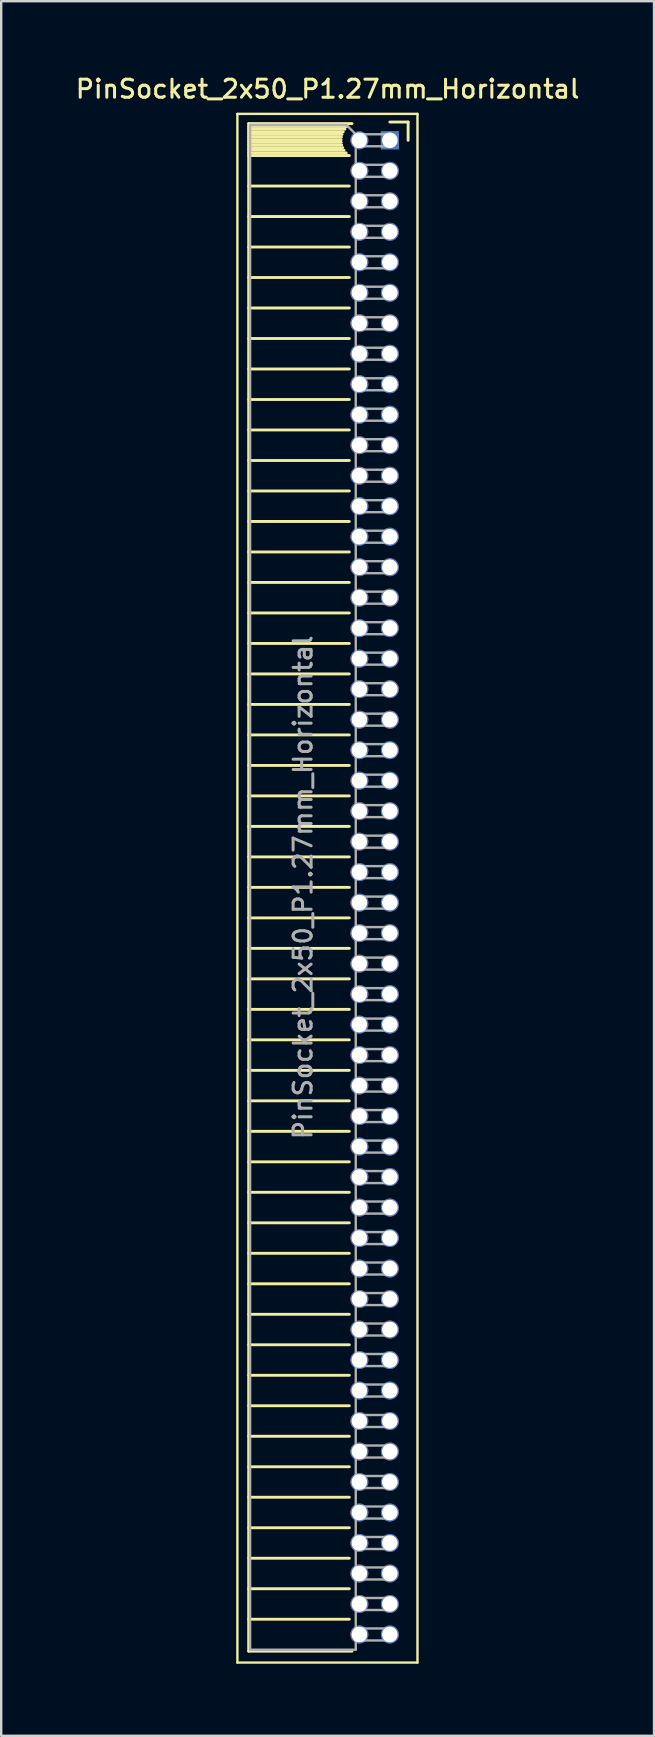
<source format=kicad_pcb>
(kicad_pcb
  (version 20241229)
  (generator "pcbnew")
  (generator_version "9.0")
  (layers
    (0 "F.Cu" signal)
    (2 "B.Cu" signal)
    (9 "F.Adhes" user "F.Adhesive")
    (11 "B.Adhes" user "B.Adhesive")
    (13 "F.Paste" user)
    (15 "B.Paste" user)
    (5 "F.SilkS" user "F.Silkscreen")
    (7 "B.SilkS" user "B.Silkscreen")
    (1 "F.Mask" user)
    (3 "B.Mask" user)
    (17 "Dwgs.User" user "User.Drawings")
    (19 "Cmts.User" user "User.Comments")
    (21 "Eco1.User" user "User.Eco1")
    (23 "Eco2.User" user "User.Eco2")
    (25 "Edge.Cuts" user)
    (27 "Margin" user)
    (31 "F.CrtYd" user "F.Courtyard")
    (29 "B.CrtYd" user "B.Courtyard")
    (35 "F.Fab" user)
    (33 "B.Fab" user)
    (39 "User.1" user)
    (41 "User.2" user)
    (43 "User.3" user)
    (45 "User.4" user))
  (footprint "PinSocket_2x50_P1.27mm_Horizontal"
    (layer "F.Cu")
    (at 13.187 2.793)
    (property "Reference" "PinSocket_2x50_P1.27mm_Horizontal" (at -2.592 -2.135 0) (layer "F.SilkS") (effects (font (size 0.75 0.75) (thickness 0.125))))
    (attr through_hole)
    (fp_line (start -6.35 -1.1) (end -6.35 63.4) (stroke (width 0.1) (type solid)) (layer "F.SilkS"))
    (fp_line (start -6.35 63.4) (end 1.15 63.4) (stroke (width 0.1) (type solid)) (layer "F.SilkS"))
    (fp_line (start -5.88 -0.695) (end -5.88 62.925) (stroke (width 0.12) (type solid)) (layer "F.SilkS"))
    (fp_line (start -5.88 -0.695) (end -1.578 -0.695) (stroke (width 0.12) (type solid)) (layer "F.SilkS"))
    (fp_line (start -5.88 -0.575) (end -1.767 -0.575) (stroke (width 0.12) (type solid)) (layer "F.SilkS"))
    (fp_line (start -5.88 -0.465) (end -1.871 -0.465) (stroke (width 0.12) (type solid)) (layer "F.SilkS"))
    (fp_line (start -5.88 -0.355) (end -1.942 -0.355) (stroke (width 0.12) (type solid)) (layer "F.SilkS"))
    (fp_line (start -5.88 -0.245) (end -1.989 -0.245) (stroke (width 0.12) (type solid)) (layer "F.SilkS"))
    (fp_line (start -5.88 -0.135) (end -2.018 -0.135) (stroke (width 0.12) (type solid)) (layer "F.SilkS"))
    (fp_line (start -5.88 -0.025) (end -2.03 -0.025) (stroke (width 0.12) (type solid)) (layer "F.SilkS"))
    (fp_line (start -5.88 0.085) (end -2.025 0.085) (stroke (width 0.12) (type solid)) (layer "F.SilkS"))
    (fp_line (start -5.88 0.195) (end -2.005 0.195) (stroke (width 0.12) (type solid)) (layer "F.SilkS"))
    (fp_line (start -5.88 0.305) (end -1.966 0.305) (stroke (width 0.12) (type solid)) (layer "F.SilkS"))
    (fp_line (start -5.88 0.415) (end -1.907 0.415) (stroke (width 0.12) (type solid)) (layer "F.SilkS"))
    (fp_line (start -5.88 0.525) (end -1.82 0.525) (stroke (width 0.12) (type solid)) (layer "F.SilkS"))
    (fp_line (start -5.88 0.635) (end -1.688 0.635) (stroke (width 0.12) (type solid)) (layer "F.SilkS"))
    (fp_line (start -5.88 1.905) (end -1.688 1.905) (stroke (width 0.12) (type solid)) (layer "F.SilkS"))
    (fp_line (start -5.88 3.175) (end -1.688 3.175) (stroke (width 0.12) (type solid)) (layer "F.SilkS"))
    (fp_line (start -5.88 4.445) (end -1.688 4.445) (stroke (width 0.12) (type solid)) (layer "F.SilkS"))
    (fp_line (start -5.88 5.715) (end -1.688 5.715) (stroke (width 0.12) (type solid)) (layer "F.SilkS"))
    (fp_line (start -5.88 6.985) (end -1.688 6.985) (stroke (width 0.12) (type solid)) (layer "F.SilkS"))
    (fp_line (start -5.88 8.255) (end -1.688 8.255) (stroke (width 0.12) (type solid)) (layer "F.SilkS"))
    (fp_line (start -5.88 9.525) (end -1.688 9.525) (stroke (width 0.12) (type solid)) (layer "F.SilkS"))
    (fp_line (start -5.88 10.795) (end -1.688 10.795) (stroke (width 0.12) (type solid)) (layer "F.SilkS"))
    (fp_line (start -5.88 12.065) (end -1.688 12.065) (stroke (width 0.12) (type solid)) (layer "F.SilkS"))
    (fp_line (start -5.88 13.335) (end -1.688 13.335) (stroke (width 0.12) (type solid)) (layer "F.SilkS"))
    (fp_line (start -5.88 14.605) (end -1.688 14.605) (stroke (width 0.12) (type solid)) (layer "F.SilkS"))
    (fp_line (start -5.88 15.875) (end -1.688 15.875) (stroke (width 0.12) (type solid)) (layer "F.SilkS"))
    (fp_line (start -5.88 17.145) (end -1.688 17.145) (stroke (width 0.12) (type solid)) (layer "F.SilkS"))
    (fp_line (start -5.88 18.415) (end -1.688 18.415) (stroke (width 0.12) (type solid)) (layer "F.SilkS"))
    (fp_line (start -5.88 19.685) (end -1.688 19.685) (stroke (width 0.12) (type solid)) (layer "F.SilkS"))
    (fp_line (start -5.88 20.955) (end -1.688 20.955) (stroke (width 0.12) (type solid)) (layer "F.SilkS"))
    (fp_line (start -5.88 22.225) (end -1.688 22.225) (stroke (width 0.12) (type solid)) (layer "F.SilkS"))
    (fp_line (start -5.88 23.495) (end -1.688 23.495) (stroke (width 0.12) (type solid)) (layer "F.SilkS"))
    (fp_line (start -5.88 24.765) (end -1.688 24.765) (stroke (width 0.12) (type solid)) (layer "F.SilkS"))
    (fp_line (start -5.88 26.035) (end -1.688 26.035) (stroke (width 0.12) (type solid)) (layer "F.SilkS"))
    (fp_line (start -5.88 27.305) (end -1.688 27.305) (stroke (width 0.12) (type solid)) (layer "F.SilkS"))
    (fp_line (start -5.88 28.575) (end -1.688 28.575) (stroke (width 0.12) (type solid)) (layer "F.SilkS"))
    (fp_line (start -5.88 29.845) (end -1.688 29.845) (stroke (width 0.12) (type solid)) (layer "F.SilkS"))
    (fp_line (start -5.88 31.115) (end -1.688 31.115) (stroke (width 0.12) (type solid)) (layer "F.SilkS"))
    (fp_line (start -5.88 32.385) (end -1.688 32.385) (stroke (width 0.12) (type solid)) (layer "F.SilkS"))
    (fp_line (start -5.88 33.655) (end -1.688 33.655) (stroke (width 0.12) (type solid)) (layer "F.SilkS"))
    (fp_line (start -5.88 34.925) (end -1.688 34.925) (stroke (width 0.12) (type solid)) (layer "F.SilkS"))
    (fp_line (start -5.88 36.195) (end -1.688 36.195) (stroke (width 0.12) (type solid)) (layer "F.SilkS"))
    (fp_line (start -5.88 37.465) (end -1.688 37.465) (stroke (width 0.12) (type solid)) (layer "F.SilkS"))
    (fp_line (start -5.88 38.735) (end -1.688 38.735) (stroke (width 0.12) (type solid)) (layer "F.SilkS"))
    (fp_line (start -5.88 40.005) (end -1.688 40.005) (stroke (width 0.12) (type solid)) (layer "F.SilkS"))
    (fp_line (start -5.88 41.275) (end -1.688 41.275) (stroke (width 0.12) (type solid)) (layer "F.SilkS"))
    (fp_line (start -5.88 42.545) (end -1.688 42.545) (stroke (width 0.12) (type solid)) (layer "F.SilkS"))
    (fp_line (start -5.88 43.815) (end -1.688 43.815) (stroke (width 0.12) (type solid)) (layer "F.SilkS"))
    (fp_line (start -5.88 45.085) (end -1.688 45.085) (stroke (width 0.12) (type solid)) (layer "F.SilkS"))
    (fp_line (start -5.88 46.355) (end -1.688 46.355) (stroke (width 0.12) (type solid)) (layer "F.SilkS"))
    (fp_line (start -5.88 47.625) (end -1.688 47.625) (stroke (width 0.12) (type solid)) (layer "F.SilkS"))
    (fp_line (start -5.88 48.895) (end -1.688 48.895) (stroke (width 0.12) (type solid)) (layer "F.SilkS"))
    (fp_line (start -5.88 50.165) (end -1.688 50.165) (stroke (width 0.12) (type solid)) (layer "F.SilkS"))
    (fp_line (start -5.88 51.435) (end -1.688 51.435) (stroke (width 0.12) (type solid)) (layer "F.SilkS"))
    (fp_line (start -5.88 52.705) (end -1.688 52.705) (stroke (width 0.12) (type solid)) (layer "F.SilkS"))
    (fp_line (start -5.88 53.975) (end -1.688 53.975) (stroke (width 0.12) (type solid)) (layer "F.SilkS"))
    (fp_line (start -5.88 55.245) (end -1.688 55.245) (stroke (width 0.12) (type solid)) (layer "F.SilkS"))
    (fp_line (start -5.88 56.515) (end -1.688 56.515) (stroke (width 0.12) (type solid)) (layer "F.SilkS"))
    (fp_line (start -5.88 57.785) (end -1.688 57.785) (stroke (width 0.12) (type solid)) (layer "F.SilkS"))
    (fp_line (start -5.88 59.055) (end -1.688 59.055) (stroke (width 0.12) (type solid)) (layer "F.SilkS"))
    (fp_line (start -5.88 60.325) (end -1.688 60.325) (stroke (width 0.12) (type solid)) (layer "F.SilkS"))
    (fp_line (start -5.88 61.595) (end -1.688 61.595) (stroke (width 0.12) (type solid)) (layer "F.SilkS"))
    (fp_line (start -5.88 62.925) (end -1.578 62.925) (stroke (width 0.12) (type solid)) (layer "F.SilkS"))
    (fp_line (start 0 -0.76) (end 0.76 -0.76) (stroke (width 0.12) (type solid)) (layer "F.SilkS"))
    (fp_line (start 0.76 -0.76) (end 0.76 0) (stroke (width 0.12) (type solid)) (layer "F.SilkS"))
    (fp_line (start 1.15 -1.1) (end -6.35 -1.1) (stroke (width 0.1) (type solid)) (layer "F.SilkS"))
    (fp_line (start 1.15 63.4) (end 1.15 -1.1) (stroke (width 0.1) (type solid)) (layer "F.SilkS"))
    (fp_line (start -5.82 -0.635) (end -1.805 -0.635) (stroke (width 0.1) (type solid)) (layer "F.Fab"))
    (fp_line (start -5.82 62.865) (end -5.82 -0.635) (stroke (width 0.1) (type solid)) (layer "F.Fab"))
    (fp_line (start -1.805 -0.635) (end -1.42 -0.25) (stroke (width 0.1) (type solid)) (layer "F.Fab"))
    (fp_line (start -1.42 -0.25) (end -1.42 62.865) (stroke (width 0.1) (type solid)) (layer "F.Fab"))
    (fp_line (start -1.42 0.25) (end 0 0.25) (stroke (width 0.1) (type solid)) (layer "F.Fab"))
    (fp_line (start -1.42 1.52) (end 0 1.52) (stroke (width 0.1) (type solid)) (layer "F.Fab"))
    (fp_line (start -1.42 2.79) (end 0 2.79) (stroke (width 0.1) (type solid)) (layer "F.Fab"))
    (fp_line (start -1.42 4.06) (end 0 4.06) (stroke (width 0.1) (type solid)) (layer "F.Fab"))
    (fp_line (start -1.42 5.33) (end 0 5.33) (stroke (width 0.1) (type solid)) (layer "F.Fab"))
    (fp_line (start -1.42 6.6) (end 0 6.6) (stroke (width 0.1) (type solid)) (layer "F.Fab"))
    (fp_line (start -1.42 7.87) (end 0 7.87) (stroke (width 0.1) (type solid)) (layer "F.Fab"))
    (fp_line (start -1.42 9.14) (end 0 9.14) (stroke (width 0.1) (type solid)) (layer "F.Fab"))
    (fp_line (start -1.42 10.41) (end 0 10.41) (stroke (width 0.1) (type solid)) (layer "F.Fab"))
    (fp_line (start -1.42 11.68) (end 0 11.68) (stroke (width 0.1) (type solid)) (layer "F.Fab"))
    (fp_line (start -1.42 12.95) (end 0 12.95) (stroke (width 0.1) (type solid)) (layer "F.Fab"))
    (fp_line (start -1.42 14.22) (end 0 14.22) (stroke (width 0.1) (type solid)) (layer "F.Fab"))
    (fp_line (start -1.42 15.49) (end 0 15.49) (stroke (width 0.1) (type solid)) (layer "F.Fab"))
    (fp_line (start -1.42 16.76) (end 0 16.76) (stroke (width 0.1) (type solid)) (layer "F.Fab"))
    (fp_line (start -1.42 18.03) (end 0 18.03) (stroke (width 0.1) (type solid)) (layer "F.Fab"))
    (fp_line (start -1.42 19.3) (end 0 19.3) (stroke (width 0.1) (type solid)) (layer "F.Fab"))
    (fp_line (start -1.42 20.57) (end 0 20.57) (stroke (width 0.1) (type solid)) (layer "F.Fab"))
    (fp_line (start -1.42 21.84) (end 0 21.84) (stroke (width 0.1) (type solid)) (layer "F.Fab"))
    (fp_line (start -1.42 23.11) (end 0 23.11) (stroke (width 0.1) (type solid)) (layer "F.Fab"))
    (fp_line (start -1.42 24.38) (end 0 24.38) (stroke (width 0.1) (type solid)) (layer "F.Fab"))
    (fp_line (start -1.42 25.65) (end 0 25.65) (stroke (width 0.1) (type solid)) (layer "F.Fab"))
    (fp_line (start -1.42 26.92) (end 0 26.92) (stroke (width 0.1) (type solid)) (layer "F.Fab"))
    (fp_line (start -1.42 28.19) (end 0 28.19) (stroke (width 0.1) (type solid)) (layer "F.Fab"))
    (fp_line (start -1.42 29.46) (end 0 29.46) (stroke (width 0.1) (type solid)) (layer "F.Fab"))
    (fp_line (start -1.42 30.73) (end 0 30.73) (stroke (width 0.1) (type solid)) (layer "F.Fab"))
    (fp_line (start -1.42 32) (end 0 32) (stroke (width 0.1) (type solid)) (layer "F.Fab"))
    (fp_line (start -1.42 33.27) (end 0 33.27) (stroke (width 0.1) (type solid)) (layer "F.Fab"))
    (fp_line (start -1.42 34.54) (end 0 34.54) (stroke (width 0.1) (type solid)) (layer "F.Fab"))
    (fp_line (start -1.42 35.81) (end 0 35.81) (stroke (width 0.1) (type solid)) (layer "F.Fab"))
    (fp_line (start -1.42 37.08) (end 0 37.08) (stroke (width 0.1) (type solid)) (layer "F.Fab"))
    (fp_line (start -1.42 38.35) (end 0 38.35) (stroke (width 0.1) (type solid)) (layer "F.Fab"))
    (fp_line (start -1.42 39.62) (end 0 39.62) (stroke (width 0.1) (type solid)) (layer "F.Fab"))
    (fp_line (start -1.42 40.89) (end 0 40.89) (stroke (width 0.1) (type solid)) (layer "F.Fab"))
    (fp_line (start -1.42 42.16) (end 0 42.16) (stroke (width 0.1) (type solid)) (layer "F.Fab"))
    (fp_line (start -1.42 43.43) (end 0 43.43) (stroke (width 0.1) (type solid)) (layer "F.Fab"))
    (fp_line (start -1.42 44.7) (end 0 44.7) (stroke (width 0.1) (type solid)) (layer "F.Fab"))
    (fp_line (start -1.42 45.97) (end 0 45.97) (stroke (width 0.1) (type solid)) (layer "F.Fab"))
    (fp_line (start -1.42 47.24) (end 0 47.24) (stroke (width 0.1) (type solid)) (layer "F.Fab"))
    (fp_line (start -1.42 48.51) (end 0 48.51) (stroke (width 0.1) (type solid)) (layer "F.Fab"))
    (fp_line (start -1.42 49.78) (end 0 49.78) (stroke (width 0.1) (type solid)) (layer "F.Fab"))
    (fp_line (start -1.42 51.05) (end 0 51.05) (stroke (width 0.1) (type solid)) (layer "F.Fab"))
    (fp_line (start -1.42 52.32) (end 0 52.32) (stroke (width 0.1) (type solid)) (layer "F.Fab"))
    (fp_line (start -1.42 53.59) (end 0 53.59) (stroke (width 0.1) (type solid)) (layer "F.Fab"))
    (fp_line (start -1.42 54.86) (end 0 54.86) (stroke (width 0.1) (type solid)) (layer "F.Fab"))
    (fp_line (start -1.42 56.13) (end 0 56.13) (stroke (width 0.1) (type solid)) (layer "F.Fab"))
    (fp_line (start -1.42 57.4) (end 0 57.4) (stroke (width 0.1) (type solid)) (layer "F.Fab"))
    (fp_line (start -1.42 58.67) (end 0 58.67) (stroke (width 0.1) (type solid)) (layer "F.Fab"))
    (fp_line (start -1.42 59.94) (end 0 59.94) (stroke (width 0.1) (type solid)) (layer "F.Fab"))
    (fp_line (start -1.42 61.21) (end 0 61.21) (stroke (width 0.1) (type solid)) (layer "F.Fab"))
    (fp_line (start -1.42 62.48) (end 0 62.48) (stroke (width 0.1) (type solid)) (layer "F.Fab"))
    (fp_line (start -1.42 62.865) (end -5.82 62.865) (stroke (width 0.1) (type solid)) (layer "F.Fab"))
    (fp_line (start 0 -0.25) (end -1.42 -0.25) (stroke (width 0.1) (type solid)) (layer "F.Fab"))
    (fp_line (start 0 0.25) (end 0 -0.25) (stroke (width 0.1) (type solid)) (layer "F.Fab"))
    (fp_line (start 0 1.02) (end -1.42 1.02) (stroke (width 0.1) (type solid)) (layer "F.Fab"))
    (fp_line (start 0 1.52) (end 0 1.02) (stroke (width 0.1) (type solid)) (layer "F.Fab"))
    (fp_line (start 0 2.29) (end -1.42 2.29) (stroke (width 0.1) (type solid)) (layer "F.Fab"))
    (fp_line (start 0 2.79) (end 0 2.29) (stroke (width 0.1) (type solid)) (layer "F.Fab"))
    (fp_line (start 0 3.56) (end -1.42 3.56) (stroke (width 0.1) (type solid)) (layer "F.Fab"))
    (fp_line (start 0 4.06) (end 0 3.56) (stroke (width 0.1) (type solid)) (layer "F.Fab"))
    (fp_line (start 0 4.83) (end -1.42 4.83) (stroke (width 0.1) (type solid)) (layer "F.Fab"))
    (fp_line (start 0 5.33) (end 0 4.83) (stroke (width 0.1) (type solid)) (layer "F.Fab"))
    (fp_line (start 0 6.1) (end -1.42 6.1) (stroke (width 0.1) (type solid)) (layer "F.Fab"))
    (fp_line (start 0 6.6) (end 0 6.1) (stroke (width 0.1) (type solid)) (layer "F.Fab"))
    (fp_line (start 0 7.37) (end -1.42 7.37) (stroke (width 0.1) (type solid)) (layer "F.Fab"))
    (fp_line (start 0 7.87) (end 0 7.37) (stroke (width 0.1) (type solid)) (layer "F.Fab"))
    (fp_line (start 0 8.64) (end -1.42 8.64) (stroke (width 0.1) (type solid)) (layer "F.Fab"))
    (fp_line (start 0 9.14) (end 0 8.64) (stroke (width 0.1) (type solid)) (layer "F.Fab"))
    (fp_line (start 0 9.91) (end -1.42 9.91) (stroke (width 0.1) (type solid)) (layer "F.Fab"))
    (fp_line (start 0 10.41) (end 0 9.91) (stroke (width 0.1) (type solid)) (layer "F.Fab"))
    (fp_line (start 0 11.18) (end -1.42 11.18) (stroke (width 0.1) (type solid)) (layer "F.Fab"))
    (fp_line (start 0 11.68) (end 0 11.18) (stroke (width 0.1) (type solid)) (layer "F.Fab"))
    (fp_line (start 0 12.45) (end -1.42 12.45) (stroke (width 0.1) (type solid)) (layer "F.Fab"))
    (fp_line (start 0 12.95) (end 0 12.45) (stroke (width 0.1) (type solid)) (layer "F.Fab"))
    (fp_line (start 0 13.72) (end -1.42 13.72) (stroke (width 0.1) (type solid)) (layer "F.Fab"))
    (fp_line (start 0 14.22) (end 0 13.72) (stroke (width 0.1) (type solid)) (layer "F.Fab"))
    (fp_line (start 0 14.99) (end -1.42 14.99) (stroke (width 0.1) (type solid)) (layer "F.Fab"))
    (fp_line (start 0 15.49) (end 0 14.99) (stroke (width 0.1) (type solid)) (layer "F.Fab"))
    (fp_line (start 0 16.26) (end -1.42 16.26) (stroke (width 0.1) (type solid)) (layer "F.Fab"))
    (fp_line (start 0 16.76) (end 0 16.26) (stroke (width 0.1) (type solid)) (layer "F.Fab"))
    (fp_line (start 0 17.53) (end -1.42 17.53) (stroke (width 0.1) (type solid)) (layer "F.Fab"))
    (fp_line (start 0 18.03) (end 0 17.53) (stroke (width 0.1) (type solid)) (layer "F.Fab"))
    (fp_line (start 0 18.8) (end -1.42 18.8) (stroke (width 0.1) (type solid)) (layer "F.Fab"))
    (fp_line (start 0 19.3) (end 0 18.8) (stroke (width 0.1) (type solid)) (layer "F.Fab"))
    (fp_line (start 0 20.07) (end -1.42 20.07) (stroke (width 0.1) (type solid)) (layer "F.Fab"))
    (fp_line (start 0 20.57) (end 0 20.07) (stroke (width 0.1) (type solid)) (layer "F.Fab"))
    (fp_line (start 0 21.34) (end -1.42 21.34) (stroke (width 0.1) (type solid)) (layer "F.Fab"))
    (fp_line (start 0 21.84) (end 0 21.34) (stroke (width 0.1) (type solid)) (layer "F.Fab"))
    (fp_line (start 0 22.61) (end -1.42 22.61) (stroke (width 0.1) (type solid)) (layer "F.Fab"))
    (fp_line (start 0 23.11) (end 0 22.61) (stroke (width 0.1) (type solid)) (layer "F.Fab"))
    (fp_line (start 0 23.88) (end -1.42 23.88) (stroke (width 0.1) (type solid)) (layer "F.Fab"))
    (fp_line (start 0 24.38) (end 0 23.88) (stroke (width 0.1) (type solid)) (layer "F.Fab"))
    (fp_line (start 0 25.15) (end -1.42 25.15) (stroke (width 0.1) (type solid)) (layer "F.Fab"))
    (fp_line (start 0 25.65) (end 0 25.15) (stroke (width 0.1) (type solid)) (layer "F.Fab"))
    (fp_line (start 0 26.42) (end -1.42 26.42) (stroke (width 0.1) (type solid)) (layer "F.Fab"))
    (fp_line (start 0 26.92) (end 0 26.42) (stroke (width 0.1) (type solid)) (layer "F.Fab"))
    (fp_line (start 0 27.69) (end -1.42 27.69) (stroke (width 0.1) (type solid)) (layer "F.Fab"))
    (fp_line (start 0 28.19) (end 0 27.69) (stroke (width 0.1) (type solid)) (layer "F.Fab"))
    (fp_line (start 0 28.96) (end -1.42 28.96) (stroke (width 0.1) (type solid)) (layer "F.Fab"))
    (fp_line (start 0 29.46) (end 0 28.96) (stroke (width 0.1) (type solid)) (layer "F.Fab"))
    (fp_line (start 0 30.23) (end -1.42 30.23) (stroke (width 0.1) (type solid)) (layer "F.Fab"))
    (fp_line (start 0 30.73) (end 0 30.23) (stroke (width 0.1) (type solid)) (layer "F.Fab"))
    (fp_line (start 0 31.5) (end -1.42 31.5) (stroke (width 0.1) (type solid)) (layer "F.Fab"))
    (fp_line (start 0 32) (end 0 31.5) (stroke (width 0.1) (type solid)) (layer "F.Fab"))
    (fp_line (start 0 32.77) (end -1.42 32.77) (stroke (width 0.1) (type solid)) (layer "F.Fab"))
    (fp_line (start 0 33.27) (end 0 32.77) (stroke (width 0.1) (type solid)) (layer "F.Fab"))
    (fp_line (start 0 34.04) (end -1.42 34.04) (stroke (width 0.1) (type solid)) (layer "F.Fab"))
    (fp_line (start 0 34.54) (end 0 34.04) (stroke (width 0.1) (type solid)) (layer "F.Fab"))
    (fp_line (start 0 35.31) (end -1.42 35.31) (stroke (width 0.1) (type solid)) (layer "F.Fab"))
    (fp_line (start 0 35.81) (end 0 35.31) (stroke (width 0.1) (type solid)) (layer "F.Fab"))
    (fp_line (start 0 36.58) (end -1.42 36.58) (stroke (width 0.1) (type solid)) (layer "F.Fab"))
    (fp_line (start 0 37.08) (end 0 36.58) (stroke (width 0.1) (type solid)) (layer "F.Fab"))
    (fp_line (start 0 37.85) (end -1.42 37.85) (stroke (width 0.1) (type solid)) (layer "F.Fab"))
    (fp_line (start 0 38.35) (end 0 37.85) (stroke (width 0.1) (type solid)) (layer "F.Fab"))
    (fp_line (start 0 39.12) (end -1.42 39.12) (stroke (width 0.1) (type solid)) (layer "F.Fab"))
    (fp_line (start 0 39.62) (end 0 39.12) (stroke (width 0.1) (type solid)) (layer "F.Fab"))
    (fp_line (start 0 40.39) (end -1.42 40.39) (stroke (width 0.1) (type solid)) (layer "F.Fab"))
    (fp_line (start 0 40.89) (end 0 40.39) (stroke (width 0.1) (type solid)) (layer "F.Fab"))
    (fp_line (start 0 41.66) (end -1.42 41.66) (stroke (width 0.1) (type solid)) (layer "F.Fab"))
    (fp_line (start 0 42.16) (end 0 41.66) (stroke (width 0.1) (type solid)) (layer "F.Fab"))
    (fp_line (start 0 42.93) (end -1.42 42.93) (stroke (width 0.1) (type solid)) (layer "F.Fab"))
    (fp_line (start 0 43.43) (end 0 42.93) (stroke (width 0.1) (type solid)) (layer "F.Fab"))
    (fp_line (start 0 44.2) (end -1.42 44.2) (stroke (width 0.1) (type solid)) (layer "F.Fab"))
    (fp_line (start 0 44.7) (end 0 44.2) (stroke (width 0.1) (type solid)) (layer "F.Fab"))
    (fp_line (start 0 45.47) (end -1.42 45.47) (stroke (width 0.1) (type solid)) (layer "F.Fab"))
    (fp_line (start 0 45.97) (end 0 45.47) (stroke (width 0.1) (type solid)) (layer "F.Fab"))
    (fp_line (start 0 46.74) (end -1.42 46.74) (stroke (width 0.1) (type solid)) (layer "F.Fab"))
    (fp_line (start 0 47.24) (end 0 46.74) (stroke (width 0.1) (type solid)) (layer "F.Fab"))
    (fp_line (start 0 48.01) (end -1.42 48.01) (stroke (width 0.1) (type solid)) (layer "F.Fab"))
    (fp_line (start 0 48.51) (end 0 48.01) (stroke (width 0.1) (type solid)) (layer "F.Fab"))
    (fp_line (start 0 49.28) (end -1.42 49.28) (stroke (width 0.1) (type solid)) (layer "F.Fab"))
    (fp_line (start 0 49.78) (end 0 49.28) (stroke (width 0.1) (type solid)) (layer "F.Fab"))
    (fp_line (start 0 50.55) (end -1.42 50.55) (stroke (width 0.1) (type solid)) (layer "F.Fab"))
    (fp_line (start 0 51.05) (end 0 50.55) (stroke (width 0.1) (type solid)) (layer "F.Fab"))
    (fp_line (start 0 51.82) (end -1.42 51.82) (stroke (width 0.1) (type solid)) (layer "F.Fab"))
    (fp_line (start 0 52.32) (end 0 51.82) (stroke (width 0.1) (type solid)) (layer "F.Fab"))
    (fp_line (start 0 53.09) (end -1.42 53.09) (stroke (width 0.1) (type solid)) (layer "F.Fab"))
    (fp_line (start 0 53.59) (end 0 53.09) (stroke (width 0.1) (type solid)) (layer "F.Fab"))
    (fp_line (start 0 54.36) (end -1.42 54.36) (stroke (width 0.1) (type solid)) (layer "F.Fab"))
    (fp_line (start 0 54.86) (end 0 54.36) (stroke (width 0.1) (type solid)) (layer "F.Fab"))
    (fp_line (start 0 55.63) (end -1.42 55.63) (stroke (width 0.1) (type solid)) (layer "F.Fab"))
    (fp_line (start 0 56.13) (end 0 55.63) (stroke (width 0.1) (type solid)) (layer "F.Fab"))
    (fp_line (start 0 56.9) (end -1.42 56.9) (stroke (width 0.1) (type solid)) (layer "F.Fab"))
    (fp_line (start 0 57.4) (end 0 56.9) (stroke (width 0.1) (type solid)) (layer "F.Fab"))
    (fp_line (start 0 58.17) (end -1.42 58.17) (stroke (width 0.1) (type solid)) (layer "F.Fab"))
    (fp_line (start 0 58.67) (end 0 58.17) (stroke (width 0.1) (type solid)) (layer "F.Fab"))
    (fp_line (start 0 59.44) (end -1.42 59.44) (stroke (width 0.1) (type solid)) (layer "F.Fab"))
    (fp_line (start 0 59.94) (end 0 59.44) (stroke (width 0.1) (type solid)) (layer "F.Fab"))
    (fp_line (start 0 60.71) (end -1.42 60.71) (stroke (width 0.1) (type solid)) (layer "F.Fab"))
    (fp_line (start 0 61.21) (end 0 60.71) (stroke (width 0.1) (type solid)) (layer "F.Fab"))
    (fp_line (start 0 61.98) (end -1.42 61.98) (stroke (width 0.1) (type solid)) (layer "F.Fab"))
    (fp_line (start 0 62.48) (end 0 61.98) (stroke (width 0.1) (type solid)) (layer "F.Fab"))
    (fp_text user "${REFERENCE}" (at -3.62 31.115 90) (layer "F.Fab") (effects (font (size 0.75 0.75) (thickness 0.125))))
    (pad "1" thru_hole rect (at 0 0) (size 0.75 0.75) (drill 0.65) (layers "*.Cu" "*.Mask"))
    (pad "2" thru_hole oval (at -1.27 0) (size 0.75 0.75) (drill 0.65) (layers "*.Cu" "*.Mask"))
    (pad "3" thru_hole oval (at 0 1.27) (size 0.75 0.75) (drill 0.65) (layers "*.Cu" "*.Mask"))
    (pad "4" thru_hole oval (at -1.27 1.27) (size 0.75 0.75) (drill 0.65) (layers "*.Cu" "*.Mask"))
    (pad "5" thru_hole oval (at 0 2.54) (size 0.75 0.75) (drill 0.65) (layers "*.Cu" "*.Mask"))
    (pad "6" thru_hole oval (at -1.27 2.54) (size 0.75 0.75) (drill 0.65) (layers "*.Cu" "*.Mask"))
    (pad "7" thru_hole oval (at 0 3.81) (size 0.75 0.75) (drill 0.65) (layers "*.Cu" "*.Mask"))
    (pad "8" thru_hole oval (at -1.27 3.81) (size 0.75 0.75) (drill 0.65) (layers "*.Cu" "*.Mask"))
    (pad "9" thru_hole oval (at 0 5.08) (size 0.75 0.75) (drill 0.65) (layers "*.Cu" "*.Mask"))
    (pad "10" thru_hole oval (at -1.27 5.08) (size 0.75 0.75) (drill 0.65) (layers "*.Cu" "*.Mask"))
    (pad "11" thru_hole oval (at 0 6.35) (size 0.75 0.75) (drill 0.65) (layers "*.Cu" "*.Mask"))
    (pad "12" thru_hole oval (at -1.27 6.35) (size 0.75 0.75) (drill 0.65) (layers "*.Cu" "*.Mask"))
    (pad "13" thru_hole oval (at 0 7.62) (size 0.75 0.75) (drill 0.65) (layers "*.Cu" "*.Mask"))
    (pad "14" thru_hole oval (at -1.27 7.62) (size 0.75 0.75) (drill 0.65) (layers "*.Cu" "*.Mask"))
    (pad "15" thru_hole oval (at 0 8.89) (size 0.75 0.75) (drill 0.65) (layers "*.Cu" "*.Mask"))
    (pad "16" thru_hole oval (at -1.27 8.89) (size 0.75 0.75) (drill 0.65) (layers "*.Cu" "*.Mask"))
    (pad "17" thru_hole oval (at 0 10.16) (size 0.75 0.75) (drill 0.65) (layers "*.Cu" "*.Mask"))
    (pad "18" thru_hole oval (at -1.27 10.16) (size 0.75 0.75) (drill 0.65) (layers "*.Cu" "*.Mask"))
    (pad "19" thru_hole oval (at 0 11.43) (size 0.75 0.75) (drill 0.65) (layers "*.Cu" "*.Mask"))
    (pad "20" thru_hole oval (at -1.27 11.43) (size 0.75 0.75) (drill 0.65) (layers "*.Cu" "*.Mask"))
    (pad "21" thru_hole oval (at 0 12.7) (size 0.75 0.75) (drill 0.65) (layers "*.Cu" "*.Mask"))
    (pad "22" thru_hole oval (at -1.27 12.7) (size 0.75 0.75) (drill 0.65) (layers "*.Cu" "*.Mask"))
    (pad "23" thru_hole oval (at 0 13.97) (size 0.75 0.75) (drill 0.65) (layers "*.Cu" "*.Mask"))
    (pad "24" thru_hole oval (at -1.27 13.97) (size 0.75 0.75) (drill 0.65) (layers "*.Cu" "*.Mask"))
    (pad "25" thru_hole oval (at 0 15.24) (size 0.75 0.75) (drill 0.65) (layers "*.Cu" "*.Mask"))
    (pad "26" thru_hole oval (at -1.27 15.24) (size 0.75 0.75) (drill 0.65) (layers "*.Cu" "*.Mask"))
    (pad "27" thru_hole oval (at 0 16.51) (size 0.75 0.75) (drill 0.65) (layers "*.Cu" "*.Mask"))
    (pad "28" thru_hole oval (at -1.27 16.51) (size 0.75 0.75) (drill 0.65) (layers "*.Cu" "*.Mask"))
    (pad "29" thru_hole oval (at 0 17.78) (size 0.75 0.75) (drill 0.65) (layers "*.Cu" "*.Mask"))
    (pad "30" thru_hole oval (at -1.27 17.78) (size 0.75 0.75) (drill 0.65) (layers "*.Cu" "*.Mask"))
    (pad "31" thru_hole oval (at 0 19.05) (size 0.75 0.75) (drill 0.65) (layers "*.Cu" "*.Mask"))
    (pad "32" thru_hole oval (at -1.27 19.05) (size 0.75 0.75) (drill 0.65) (layers "*.Cu" "*.Mask"))
    (pad "33" thru_hole oval (at 0 20.32) (size 0.75 0.75) (drill 0.65) (layers "*.Cu" "*.Mask"))
    (pad "34" thru_hole oval (at -1.27 20.32) (size 0.75 0.75) (drill 0.65) (layers "*.Cu" "*.Mask"))
    (pad "35" thru_hole oval (at 0 21.59) (size 0.75 0.75) (drill 0.65) (layers "*.Cu" "*.Mask"))
    (pad "36" thru_hole oval (at -1.27 21.59) (size 0.75 0.75) (drill 0.65) (layers "*.Cu" "*.Mask"))
    (pad "37" thru_hole oval (at 0 22.86) (size 0.75 0.75) (drill 0.65) (layers "*.Cu" "*.Mask"))
    (pad "38" thru_hole oval (at -1.27 22.86) (size 0.75 0.75) (drill 0.65) (layers "*.Cu" "*.Mask"))
    (pad "39" thru_hole oval (at 0 24.13) (size 0.75 0.75) (drill 0.65) (layers "*.Cu" "*.Mask"))
    (pad "40" thru_hole oval (at -1.27 24.13) (size 0.75 0.75) (drill 0.65) (layers "*.Cu" "*.Mask"))
    (pad "41" thru_hole oval (at 0 25.4) (size 0.75 0.75) (drill 0.65) (layers "*.Cu" "*.Mask"))
    (pad "42" thru_hole oval (at -1.27 25.4) (size 0.75 0.75) (drill 0.65) (layers "*.Cu" "*.Mask"))
    (pad "43" thru_hole oval (at 0 26.67) (size 0.75 0.75) (drill 0.65) (layers "*.Cu" "*.Mask"))
    (pad "44" thru_hole oval (at -1.27 26.67) (size 0.75 0.75) (drill 0.65) (layers "*.Cu" "*.Mask"))
    (pad "45" thru_hole oval (at 0 27.94) (size 0.75 0.75) (drill 0.65) (layers "*.Cu" "*.Mask"))
    (pad "46" thru_hole oval (at -1.27 27.94) (size 0.75 0.75) (drill 0.65) (layers "*.Cu" "*.Mask"))
    (pad "47" thru_hole oval (at 0 29.21) (size 0.75 0.75) (drill 0.65) (layers "*.Cu" "*.Mask"))
    (pad "48" thru_hole oval (at -1.27 29.21) (size 0.75 0.75) (drill 0.65) (layers "*.Cu" "*.Mask"))
    (pad "49" thru_hole oval (at 0 30.48) (size 0.75 0.75) (drill 0.65) (layers "*.Cu" "*.Mask"))
    (pad "50" thru_hole oval (at -1.27 30.48) (size 0.75 0.75) (drill 0.65) (layers "*.Cu" "*.Mask"))
    (pad "51" thru_hole oval (at 0 31.75) (size 0.75 0.75) (drill 0.65) (layers "*.Cu" "*.Mask"))
    (pad "52" thru_hole oval (at -1.27 31.75) (size 0.75 0.75) (drill 0.65) (layers "*.Cu" "*.Mask"))
    (pad "53" thru_hole oval (at 0 33.02) (size 0.75 0.75) (drill 0.65) (layers "*.Cu" "*.Mask"))
    (pad "54" thru_hole oval (at -1.27 33.02) (size 0.75 0.75) (drill 0.65) (layers "*.Cu" "*.Mask"))
    (pad "55" thru_hole oval (at 0 34.29) (size 0.75 0.75) (drill 0.65) (layers "*.Cu" "*.Mask"))
    (pad "56" thru_hole oval (at -1.27 34.29) (size 0.75 0.75) (drill 0.65) (layers "*.Cu" "*.Mask"))
    (pad "57" thru_hole oval (at 0 35.56) (size 0.75 0.75) (drill 0.65) (layers "*.Cu" "*.Mask"))
    (pad "58" thru_hole oval (at -1.27 35.56) (size 0.75 0.75) (drill 0.65) (layers "*.Cu" "*.Mask"))
    (pad "59" thru_hole oval (at 0 36.83) (size 0.75 0.75) (drill 0.65) (layers "*.Cu" "*.Mask"))
    (pad "60" thru_hole oval (at -1.27 36.83) (size 0.75 0.75) (drill 0.65) (layers "*.Cu" "*.Mask"))
    (pad "61" thru_hole oval (at 0 38.1) (size 0.75 0.75) (drill 0.65) (layers "*.Cu" "*.Mask"))
    (pad "62" thru_hole oval (at -1.27 38.1) (size 0.75 0.75) (drill 0.65) (layers "*.Cu" "*.Mask"))
    (pad "63" thru_hole oval (at 0 39.37) (size 0.75 0.75) (drill 0.65) (layers "*.Cu" "*.Mask"))
    (pad "64" thru_hole oval (at -1.27 39.37) (size 0.75 0.75) (drill 0.65) (layers "*.Cu" "*.Mask"))
    (pad "65" thru_hole oval (at 0 40.64) (size 0.75 0.75) (drill 0.65) (layers "*.Cu" "*.Mask"))
    (pad "66" thru_hole oval (at -1.27 40.64) (size 0.75 0.75) (drill 0.65) (layers "*.Cu" "*.Mask"))
    (pad "67" thru_hole oval (at 0 41.91) (size 0.75 0.75) (drill 0.65) (layers "*.Cu" "*.Mask"))
    (pad "68" thru_hole oval (at -1.27 41.91) (size 0.75 0.75) (drill 0.65) (layers "*.Cu" "*.Mask"))
    (pad "69" thru_hole oval (at 0 43.18) (size 0.75 0.75) (drill 0.65) (layers "*.Cu" "*.Mask"))
    (pad "70" thru_hole oval (at -1.27 43.18) (size 0.75 0.75) (drill 0.65) (layers "*.Cu" "*.Mask"))
    (pad "71" thru_hole oval (at 0 44.45) (size 0.75 0.75) (drill 0.65) (layers "*.Cu" "*.Mask"))
    (pad "72" thru_hole oval (at -1.27 44.45) (size 0.75 0.75) (drill 0.65) (layers "*.Cu" "*.Mask"))
    (pad "73" thru_hole oval (at 0 45.72) (size 0.75 0.75) (drill 0.65) (layers "*.Cu" "*.Mask"))
    (pad "74" thru_hole oval (at -1.27 45.72) (size 0.75 0.75) (drill 0.65) (layers "*.Cu" "*.Mask"))
    (pad "75" thru_hole oval (at 0 46.99) (size 0.75 0.75) (drill 0.65) (layers "*.Cu" "*.Mask"))
    (pad "76" thru_hole oval (at -1.27 46.99) (size 0.75 0.75) (drill 0.65) (layers "*.Cu" "*.Mask"))
    (pad "77" thru_hole oval (at 0 48.26) (size 0.75 0.75) (drill 0.65) (layers "*.Cu" "*.Mask"))
    (pad "78" thru_hole oval (at -1.27 48.26) (size 0.75 0.75) (drill 0.65) (layers "*.Cu" "*.Mask"))
    (pad "79" thru_hole oval (at 0 49.53) (size 0.75 0.75) (drill 0.65) (layers "*.Cu" "*.Mask"))
    (pad "80" thru_hole oval (at -1.27 49.53) (size 0.75 0.75) (drill 0.65) (layers "*.Cu" "*.Mask"))
    (pad "81" thru_hole oval (at 0 50.8) (size 0.75 0.75) (drill 0.65) (layers "*.Cu" "*.Mask"))
    (pad "82" thru_hole oval (at -1.27 50.8) (size 0.75 0.75) (drill 0.65) (layers "*.Cu" "*.Mask"))
    (pad "83" thru_hole oval (at 0 52.07) (size 0.75 0.75) (drill 0.65) (layers "*.Cu" "*.Mask"))
    (pad "84" thru_hole oval (at -1.27 52.07) (size 0.75 0.75) (drill 0.65) (layers "*.Cu" "*.Mask"))
    (pad "85" thru_hole oval (at 0 53.34) (size 0.75 0.75) (drill 0.65) (layers "*.Cu" "*.Mask"))
    (pad "86" thru_hole oval (at -1.27 53.34) (size 0.75 0.75) (drill 0.65) (layers "*.Cu" "*.Mask"))
    (pad "87" thru_hole oval (at 0 54.61) (size 0.75 0.75) (drill 0.65) (layers "*.Cu" "*.Mask"))
    (pad "88" thru_hole oval (at -1.27 54.61) (size 0.75 0.75) (drill 0.65) (layers "*.Cu" "*.Mask"))
    (pad "89" thru_hole oval (at 0 55.88) (size 0.75 0.75) (drill 0.65) (layers "*.Cu" "*.Mask"))
    (pad "90" thru_hole oval (at -1.27 55.88) (size 0.75 0.75) (drill 0.65) (layers "*.Cu" "*.Mask"))
    (pad "91" thru_hole oval (at 0 57.15) (size 0.75 0.75) (drill 0.65) (layers "*.Cu" "*.Mask"))
    (pad "92" thru_hole oval (at -1.27 57.15) (size 0.75 0.75) (drill 0.65) (layers "*.Cu" "*.Mask"))
    (pad "93" thru_hole oval (at 0 58.42) (size 0.75 0.75) (drill 0.65) (layers "*.Cu" "*.Mask"))
    (pad "94" thru_hole oval (at -1.27 58.42) (size 0.75 0.75) (drill 0.65) (layers "*.Cu" "*.Mask"))
    (pad "95" thru_hole oval (at 0 59.69) (size 0.75 0.75) (drill 0.65) (layers "*.Cu" "*.Mask"))
    (pad "96" thru_hole oval (at -1.27 59.69) (size 0.75 0.75) (drill 0.65) (layers "*.Cu" "*.Mask"))
    (pad "97" thru_hole oval (at 0 60.96) (size 0.75 0.75) (drill 0.65) (layers "*.Cu" "*.Mask"))
    (pad "98" thru_hole oval (at -1.27 60.96) (size 0.75 0.75) (drill 0.65) (layers "*.Cu" "*.Mask"))
    (pad "99" thru_hole oval (at 0 62.23) (size 0.75 0.75) (drill 0.65) (layers "*.Cu" "*.Mask"))
    (pad "100" thru_hole oval (at -1.27 62.23) (size 0.75 0.75) (drill 0.65) (layers "*.Cu" "*.Mask")))
  (gr_rect
    (start -3 -3)
    (end 24.189 69.243)
    (stroke (width 0.1) (type default))
    (fill no)
    (layer "Edge.Cuts")))
</source>
